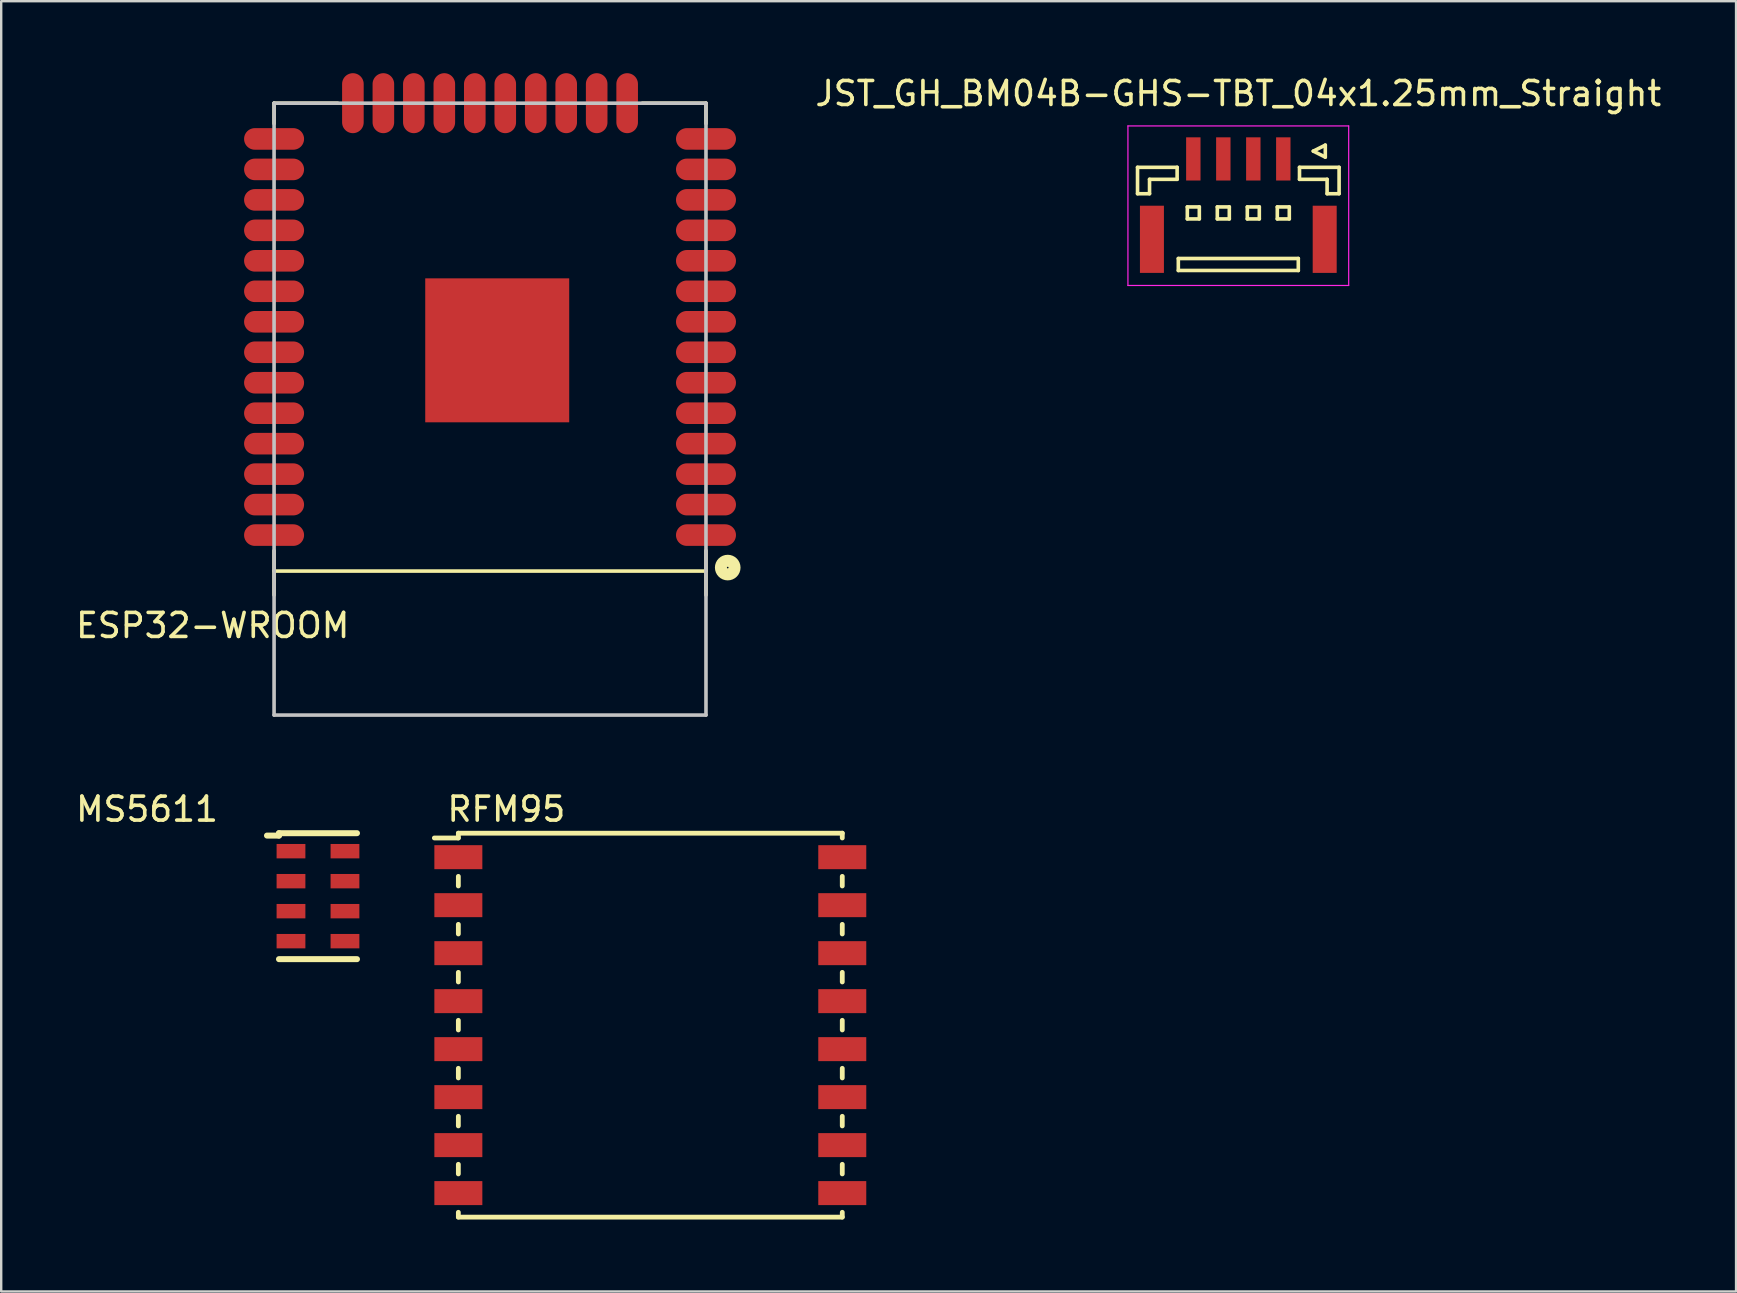
<source format=kicad_pcb>
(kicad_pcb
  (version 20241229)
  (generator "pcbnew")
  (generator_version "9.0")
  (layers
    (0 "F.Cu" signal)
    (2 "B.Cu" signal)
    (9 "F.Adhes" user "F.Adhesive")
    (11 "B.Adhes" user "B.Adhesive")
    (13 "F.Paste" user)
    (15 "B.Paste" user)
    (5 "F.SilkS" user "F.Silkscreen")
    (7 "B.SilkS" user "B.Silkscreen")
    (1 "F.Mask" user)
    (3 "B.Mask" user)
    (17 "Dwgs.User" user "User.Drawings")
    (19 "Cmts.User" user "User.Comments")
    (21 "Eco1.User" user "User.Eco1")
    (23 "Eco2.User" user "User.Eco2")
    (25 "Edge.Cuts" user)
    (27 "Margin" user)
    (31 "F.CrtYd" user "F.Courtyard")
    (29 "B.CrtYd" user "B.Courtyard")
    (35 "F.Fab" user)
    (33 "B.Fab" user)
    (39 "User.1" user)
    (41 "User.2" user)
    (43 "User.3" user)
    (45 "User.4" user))
  (footprint "RFM95"
    (layer "F.Cu")
    (at 16.052 32.673)
    (property "Reference" "RFM95" (at 2 -2 0) (layer "F.SilkS") (effects (font (size 1 1) (thickness 0.15))))
    (attr through_hole)
    (fp_line (start -1 -0.8) (end 0 -0.8) (stroke (width 0.2) (type solid)) (layer "F.SilkS"))
    (fp_line (start 0 -1) (end 16 -1) (stroke (width 0.2) (type solid)) (layer "F.SilkS"))
    (fp_line (start 0 -0.8) (end 0 -1) (stroke (width 0.2) (type solid)) (layer "F.SilkS"))
    (fp_line (start 0 1.2) (end 0 0.8) (stroke (width 0.2) (type solid)) (layer "F.SilkS"))
    (fp_line (start 0 3.2) (end 0 2.8) (stroke (width 0.2) (type solid)) (layer "F.SilkS"))
    (fp_line (start 0 4.8) (end 0 5.2) (stroke (width 0.2) (type solid)) (layer "F.SilkS"))
    (fp_line (start 0 6.8) (end 0 7.2) (stroke (width 0.2) (type solid)) (layer "F.SilkS"))
    (fp_line (start 0 8.8) (end 0 9.2) (stroke (width 0.2) (type solid)) (layer "F.SilkS"))
    (fp_line (start 0 10.8) (end 0 11.2) (stroke (width 0.2) (type solid)) (layer "F.SilkS"))
    (fp_line (start 0 12.8) (end 0 13.2) (stroke (width 0.2) (type solid)) (layer "F.SilkS"))
    (fp_line (start 0 15) (end 0 14.8) (stroke (width 0.2) (type solid)) (layer "F.SilkS"))
    (fp_line (start 16 -1) (end 16 -0.8) (stroke (width 0.2) (type solid)) (layer "F.SilkS"))
    (fp_line (start 16 0.8) (end 16 1.2) (stroke (width 0.2) (type solid)) (layer "F.SilkS"))
    (fp_line (start 16 2.8) (end 16 3.2) (stroke (width 0.2) (type solid)) (layer "F.SilkS"))
    (fp_line (start 16 4.8) (end 16 5.2) (stroke (width 0.2) (type solid)) (layer "F.SilkS"))
    (fp_line (start 16 6.8) (end 16 7.2) (stroke (width 0.2) (type solid)) (layer "F.SilkS"))
    (fp_line (start 16 8.8) (end 16 9.2) (stroke (width 0.2) (type solid)) (layer "F.SilkS"))
    (fp_line (start 16 10.8) (end 16 11.2) (stroke (width 0.2) (type solid)) (layer "F.SilkS"))
    (fp_line (start 16 12.8) (end 16 13.2) (stroke (width 0.2) (type solid)) (layer "F.SilkS"))
    (fp_line (start 16 14.8) (end 16 15) (stroke (width 0.2) (type solid)) (layer "F.SilkS"))
    (fp_line (start 16 15) (end 0 15) (stroke (width 0.2) (type solid)) (layer "F.SilkS"))
    (pad "1" smd rect (at 0 0) (size 2 1) (layers "F.Cu" "F.Mask" "F.Paste"))
    (pad "2" smd rect (at 0 2) (size 2 1) (layers "F.Cu" "F.Mask" "F.Paste"))
    (pad "3" smd rect (at 0 4) (size 2 1) (layers "F.Cu" "F.Mask" "F.Paste"))
    (pad "4" smd rect (at 0 6) (size 2 1) (layers "F.Cu" "F.Mask" "F.Paste"))
    (pad "5" smd rect (at 0 8) (size 2 1) (layers "F.Cu" "F.Mask" "F.Paste"))
    (pad "6" smd rect (at 0 10) (size 2 1) (layers "F.Cu" "F.Mask" "F.Paste"))
    (pad "7" smd rect (at 0 12) (size 2 1) (layers "F.Cu" "F.Mask" "F.Paste"))
    (pad "8" smd rect (at 0 14) (size 2 1) (layers "F.Cu" "F.Mask" "F.Paste"))
    (pad "9" smd rect (at 16 14) (size 2 1) (layers "F.Cu" "F.Mask" "F.Paste"))
    (pad "10" smd rect (at 16 12) (size 2 1) (layers "F.Cu" "F.Mask" "F.Paste"))
    (pad "11" smd rect (at 16 10) (size 2 1) (layers "F.Cu" "F.Mask" "F.Paste"))
    (pad "12" smd rect (at 16 8) (size 2 1) (layers "F.Cu" "F.Mask" "F.Paste"))
    (pad "13" smd rect (at 16 6) (size 2 1) (layers "F.Cu" "F.Mask" "F.Paste"))
    (pad "14" smd rect (at 16 4) (size 2 1) (layers "F.Cu" "F.Mask" "F.Paste"))
    (pad "15" smd rect (at 16 2) (size 2 1) (layers "F.Cu" "F.Mask" "F.Paste"))
    (pad "16" smd rect (at 16 0) (size 2 1) (layers "F.Cu" "F.Mask" "F.Paste")))
  (footprint "MS5611"
    (layer "F.Cu")
    (at 9.077 32.423)
    (property "Reference" "MS5611" (at -6 -1.75 0) (layer "F.SilkS") (effects (font (size 1 1) (thickness 0.15))))
    (attr through_hole)
    (fp_line (start -0.5 -0.75) (end -0.5 -0.65) (stroke (width 0.25) (type solid)) (layer "F.SilkS"))
    (fp_line (start -0.5 -0.75) (end 2.75 -0.75) (stroke (width 0.25) (type solid)) (layer "F.SilkS"))
    (fp_line (start -0.5 -0.65) (end -1 -0.65) (stroke (width 0.25) (type solid)) (layer "F.SilkS"))
    (fp_line (start 2.75 4.5) (end -0.5 4.5) (stroke (width 0.25) (type solid)) (layer "F.SilkS"))
    (pad "1" smd rect (at 0 0) (size 1.2 0.6) (layers "F.Cu" "F.Mask" "F.Paste"))
    (pad "2" smd rect (at 0 1.25) (size 1.2 0.6) (layers "F.Cu" "F.Mask" "F.Paste"))
    (pad "3" smd rect (at 0 2.5) (size 1.2 0.6) (layers "F.Cu" "F.Mask" "F.Paste"))
    (pad "4" smd rect (at 0 3.75) (size 1.2 0.6) (layers "F.Cu" "F.Mask" "F.Paste"))
    (pad "5" smd rect (at 2.25 3.75) (size 1.2 0.6) (layers "F.Cu" "F.Mask" "F.Paste"))
    (pad "6" smd rect (at 2.25 2.5) (size 1.2 0.6) (layers "F.Cu" "F.Mask" "F.Paste"))
    (pad "7" smd rect (at 2.25 1.25) (size 1.2 0.6) (layers "F.Cu" "F.Mask" "F.Paste"))
    (pad "8" smd rect (at 2.25 0) (size 1.2 0.6) (layers "F.Cu" "F.Mask" "F.Paste")))
  (footprint "ESP32-WROOM"
    (layer "F.Cu")
    (at 17.372 14)
    (property "Reference" "ESP32-WROOM" (at -11.557 9.017 0) (layer "F.SilkS") (effects (font (size 1 1) (thickness 0.15))))
    (attr through_hole)
    (fp_line (start -9 -12.75) (end -9 -11.9) (stroke (width 0.15) (type solid)) (layer "F.SilkS"))
    (fp_line (start -9 -12.75) (end -6.35 -12.75) (stroke (width 0.15) (type solid)) (layer "F.SilkS"))
    (fp_line (start -9 6.75) (end 9 6.75) (stroke (width 0.15) (type solid)) (layer "F.SilkS"))
    (fp_line (start -9 7.75) (end -9 5.9) (stroke (width 0.15) (type solid)) (layer "F.SilkS"))
    (fp_line (start 9 -12.75) (end 6.35 -12.75) (stroke (width 0.15) (type solid)) (layer "F.SilkS"))
    (fp_line (start 9 -12.75) (end 9 -11.9) (stroke (width 0.15) (type solid)) (layer "F.SilkS"))
    (fp_line (start 9 7.75) (end 9 5.9) (stroke (width 0.15) (type solid)) (layer "F.SilkS"))
    (fp_circle (center 9.906 6.604) (end 10.033 6.858) (stroke (width 0.5) (type solid)) (fill no) (layer "F.SilkS"))
    (fp_line (start -9 -12.75) (end 9 -12.75) (stroke (width 0.15) (type solid)) (layer "Dwgs.User"))
    (fp_line (start -9 12.75) (end -9 -12.75) (stroke (width 0.15) (type solid)) (layer "Dwgs.User"))
    (fp_line (start -9 12.75) (end 9 12.75) (stroke (width 0.15) (type solid)) (layer "Dwgs.User"))
    (fp_line (start 9 12.75) (end 9 -12.75) (stroke (width 0.15) (type solid)) (layer "Dwgs.User"))
    (pad "1" smd oval (at 9 5.25) (size 2.5 0.9) (layers "F.Cu" "F.Mask" "F.Paste"))
    (pad "2" smd oval (at 9 3.98) (size 2.5 0.9) (layers "F.Cu" "F.Mask" "F.Paste"))
    (pad "3" smd oval (at 9 2.71) (size 2.5 0.9) (layers "F.Cu" "F.Mask" "F.Paste"))
    (pad "4" smd oval (at 9 1.44) (size 2.5 0.9) (layers "F.Cu" "F.Mask" "F.Paste"))
    (pad "5" smd oval (at 9 0.17) (size 2.5 0.9) (layers "F.Cu" "F.Mask" "F.Paste"))
    (pad "6" smd oval (at 9 -1.1) (size 2.5 0.9) (layers "F.Cu" "F.Mask" "F.Paste"))
    (pad "7" smd oval (at 9 -2.37) (size 2.5 0.9) (layers "F.Cu" "F.Mask" "F.Paste"))
    (pad "8" smd oval (at 9 -3.64) (size 2.5 0.9) (layers "F.Cu" "F.Mask" "F.Paste"))
    (pad "9" smd oval (at 9 -4.91) (size 2.5 0.9) (layers "F.Cu" "F.Mask" "F.Paste"))
    (pad "10" smd oval (at 9 -6.18) (size 2.5 0.9) (layers "F.Cu" "F.Mask" "F.Paste"))
    (pad "11" smd oval (at 9 -7.45) (size 2.5 0.9) (layers "F.Cu" "F.Mask" "F.Paste"))
    (pad "12" smd oval (at 9 -8.72) (size 2.5 0.9) (layers "F.Cu" "F.Mask" "F.Paste"))
    (pad "13" smd oval (at 9 -9.99) (size 2.5 0.9) (layers "F.Cu" "F.Mask" "F.Paste"))
    (pad "14" smd oval (at 9 -11.26) (size 2.5 0.9) (layers "F.Cu" "F.Mask" "F.Paste"))
    (pad "15" smd oval (at 5.715 -12.75) (size 0.9 2.5) (layers "F.Cu" "F.Mask" "F.Paste"))
    (pad "16" smd oval (at 4.445 -12.75) (size 0.9 2.5) (layers "F.Cu" "F.Mask" "F.Paste"))
    (pad "17" smd oval (at 3.175 -12.75) (size 0.9 2.5) (layers "F.Cu" "F.Mask" "F.Paste"))
    (pad "18" smd oval (at 1.905 -12.75) (size 0.9 2.5) (layers "F.Cu" "F.Mask" "F.Paste"))
    (pad "19" smd oval (at 0.635 -12.75) (size 0.9 2.5) (layers "F.Cu" "F.Mask" "F.Paste"))
    (pad "20" smd oval (at -0.635 -12.75) (size 0.9 2.5) (layers "F.Cu" "F.Mask" "F.Paste"))
    (pad "21" smd oval (at -1.905 -12.75) (size 0.9 2.5) (layers "F.Cu" "F.Mask" "F.Paste"))
    (pad "22" smd oval (at -3.175 -12.75) (size 0.9 2.5) (layers "F.Cu" "F.Mask" "F.Paste"))
    (pad "23" smd oval (at -4.445 -12.75) (size 0.9 2.5) (layers "F.Cu" "F.Mask" "F.Paste"))
    (pad "24" smd oval (at -5.715 -12.75) (size 0.9 2.5) (layers "F.Cu" "F.Mask" "F.Paste"))
    (pad "25" smd oval (at -9 -11.26) (size 2.5 0.9) (layers "F.Cu" "F.Mask" "F.Paste"))
    (pad "26" smd oval (at -9 -9.99) (size 2.5 0.9) (layers "F.Cu" "F.Mask" "F.Paste"))
    (pad "27" smd oval (at -9 -8.72) (size 2.5 0.9) (layers "F.Cu" "F.Mask" "F.Paste"))
    (pad "28" smd oval (at -9 -7.45) (size 2.5 0.9) (layers "F.Cu" "F.Mask" "F.Paste"))
    (pad "29" smd oval (at -9 -6.18) (size 2.5 0.9) (layers "F.Cu" "F.Mask" "F.Paste"))
    (pad "30" smd oval (at -9 -4.91) (size 2.5 0.9) (layers "F.Cu" "F.Mask" "F.Paste"))
    (pad "31" smd oval (at -9 -3.64) (size 2.5 0.9) (layers "F.Cu" "F.Mask" "F.Paste"))
    (pad "32" smd oval (at -9 -2.37) (size 2.5 0.9) (layers "F.Cu" "F.Mask" "F.Paste"))
    (pad "33" smd oval (at -9 -1.1) (size 2.5 0.9) (layers "F.Cu" "F.Mask" "F.Paste"))
    (pad "34" smd oval (at -9 0.17) (size 2.5 0.9) (layers "F.Cu" "F.Mask" "F.Paste"))
    (pad "35" smd oval (at -9 1.44) (size 2.5 0.9) (layers "F.Cu" "F.Mask" "F.Paste"))
    (pad "36" smd oval (at -9 2.71) (size 2.5 0.9) (layers "F.Cu" "F.Mask" "F.Paste"))
    (pad "37" smd oval (at -9 3.98) (size 2.5 0.9) (layers "F.Cu" "F.Mask" "F.Paste"))
    (pad "38" smd oval (at -9 5.25) (size 2.5 0.9) (layers "F.Cu" "F.Mask" "F.Paste"))
    (pad "39" smd rect (at 0.3 -2.45) (size 6 6) (layers "F.Cu" "F.Mask" "F.Paste")))
  (footprint "JST_GH_BM04B-GHS-TBT_04x1.25mm_Straight"
    (layer "F.Cu")
    (at 48.557 5.248)
    (property "Reference" "JST_GH_BM04B-GHS-TBT_04x1.25mm_Straight" (at 0 -4.4 0) (layer "F.SilkS") (effects (font (size 1 1) (thickness 0.15))))
    (attr smd)
    (fp_line (start -4.2 -1.325) (end -2.55 -1.325) (stroke (width 0.15) (type solid)) (layer "F.SilkS"))
    (fp_line (start -4.2 -0.225) (end -4.2 -1.325) (stroke (width 0.15) (type solid)) (layer "F.SilkS"))
    (fp_line (start -3.7 -0.825) (end -3.7 -0.225) (stroke (width 0.15) (type solid)) (layer "F.SilkS"))
    (fp_line (start -3.7 -0.225) (end -4.2 -0.225) (stroke (width 0.15) (type solid)) (layer "F.SilkS"))
    (fp_line (start -2.55 -1.325) (end -2.55 -0.825) (stroke (width 0.15) (type solid)) (layer "F.SilkS"))
    (fp_line (start -2.55 -0.825) (end -3.7 -0.825) (stroke (width 0.15) (type solid)) (layer "F.SilkS"))
    (fp_line (start -2.5 2.475) (end -2.5 2.975) (stroke (width 0.15) (type solid)) (layer "F.SilkS"))
    (fp_line (start -2.5 2.975) (end 2.5 2.975) (stroke (width 0.15) (type solid)) (layer "F.SilkS"))
    (fp_line (start -2.125 0.325) (end -2.125 0.825) (stroke (width 0.15) (type solid)) (layer "F.SilkS"))
    (fp_line (start -2.125 0.825) (end -1.625 0.825) (stroke (width 0.15) (type solid)) (layer "F.SilkS"))
    (fp_line (start -1.625 0.325) (end -2.125 0.325) (stroke (width 0.15) (type solid)) (layer "F.SilkS"))
    (fp_line (start -1.625 0.825) (end -1.625 0.325) (stroke (width 0.15) (type solid)) (layer "F.SilkS"))
    (fp_line (start -0.875 0.325) (end -0.875 0.825) (stroke (width 0.15) (type solid)) (layer "F.SilkS"))
    (fp_line (start -0.875 0.825) (end -0.375 0.825) (stroke (width 0.15) (type solid)) (layer "F.SilkS"))
    (fp_line (start -0.375 0.325) (end -0.875 0.325) (stroke (width 0.15) (type solid)) (layer "F.SilkS"))
    (fp_line (start -0.375 0.825) (end -0.375 0.325) (stroke (width 0.15) (type solid)) (layer "F.SilkS"))
    (fp_line (start 0.375 0.325) (end 0.375 0.825) (stroke (width 0.15) (type solid)) (layer "F.SilkS"))
    (fp_line (start 0.375 0.825) (end 0.875 0.825) (stroke (width 0.15) (type solid)) (layer "F.SilkS"))
    (fp_line (start 0.875 0.325) (end 0.375 0.325) (stroke (width 0.15) (type solid)) (layer "F.SilkS"))
    (fp_line (start 0.875 0.825) (end 0.875 0.325) (stroke (width 0.15) (type solid)) (layer "F.SilkS"))
    (fp_line (start 1.625 0.325) (end 1.625 0.825) (stroke (width 0.15) (type solid)) (layer "F.SilkS"))
    (fp_line (start 1.625 0.825) (end 2.125 0.825) (stroke (width 0.15) (type solid)) (layer "F.SilkS"))
    (fp_line (start 2.125 0.325) (end 1.625 0.325) (stroke (width 0.15) (type solid)) (layer "F.SilkS"))
    (fp_line (start 2.125 0.825) (end 2.125 0.325) (stroke (width 0.15) (type solid)) (layer "F.SilkS"))
    (fp_line (start 2.5 2.475) (end -2.5 2.475) (stroke (width 0.15) (type solid)) (layer "F.SilkS"))
    (fp_line (start 2.5 2.975) (end 2.5 2.475) (stroke (width 0.15) (type solid)) (layer "F.SilkS"))
    (fp_line (start 2.55 -1.325) (end 2.55 -0.825) (stroke (width 0.15) (type solid)) (layer "F.SilkS"))
    (fp_line (start 2.55 -0.825) (end 3.7 -0.825) (stroke (width 0.15) (type solid)) (layer "F.SilkS"))
    (fp_line (start 3.125 -2) (end 3.625 -1.75) (stroke (width 0.15) (type solid)) (layer "F.SilkS"))
    (fp_line (start 3.625 -2.25) (end 3.125 -2) (stroke (width 0.15) (type solid)) (layer "F.SilkS"))
    (fp_line (start 3.625 -1.75) (end 3.625 -2.25) (stroke (width 0.15) (type solid)) (layer "F.SilkS"))
    (fp_line (start 3.7 -0.825) (end 3.7 -0.225) (stroke (width 0.15) (type solid)) (layer "F.SilkS"))
    (fp_line (start 3.7 -0.225) (end 4.2 -0.225) (stroke (width 0.15) (type solid)) (layer "F.SilkS"))
    (fp_line (start 4.2 -1.325) (end 2.55 -1.325) (stroke (width 0.15) (type solid)) (layer "F.SilkS"))
    (fp_line (start 4.2 -0.225) (end 4.2 -1.325) (stroke (width 0.15) (type solid)) (layer "F.SilkS"))
    (fp_line (start -4.6 -3.05) (end -4.6 3.6) (stroke (width 0.05) (type solid)) (layer "F.CrtYd"))
    (fp_line (start -4.6 3.6) (end 4.6 3.6) (stroke (width 0.05) (type solid)) (layer "F.CrtYd"))
    (fp_line (start 4.6 -3.05) (end -4.6 -3.05) (stroke (width 0.05) (type solid)) (layer "F.CrtYd"))
    (fp_line (start 4.6 3.6) (end 4.6 -3.05) (stroke (width 0.05) (type solid)) (layer "F.CrtYd"))
    (pad "" smd rect (at -3.6 1.675) (size 1 2.8) (layers "F.Cu" "F.Mask" "F.Paste"))
    (pad "" smd rect (at 3.6 1.675) (size 1 2.8) (layers "F.Cu" "F.Mask" "F.Paste"))
    (pad "1" smd rect (at 1.875 -1.675) (size 0.6 1.8) (layers "F.Cu" "F.Mask" "F.Paste"))
    (pad "2" smd rect (at 0.625 -1.675) (size 0.6 1.8) (layers "F.Cu" "F.Mask" "F.Paste"))
    (pad "3" smd rect (at -0.625 -1.675) (size 0.6 1.8) (layers "F.Cu" "F.Mask" "F.Paste"))
    (pad "4" smd rect (at -1.875 -1.675) (size 0.6 1.8) (layers "F.Cu" "F.Mask" "F.Paste")))
  (gr_rect
    (start -3 -3)
    (end 69.301 50.773)
    (stroke (width 0.1) (type default))
    (fill no)
    (layer "Edge.Cuts")))
</source>
